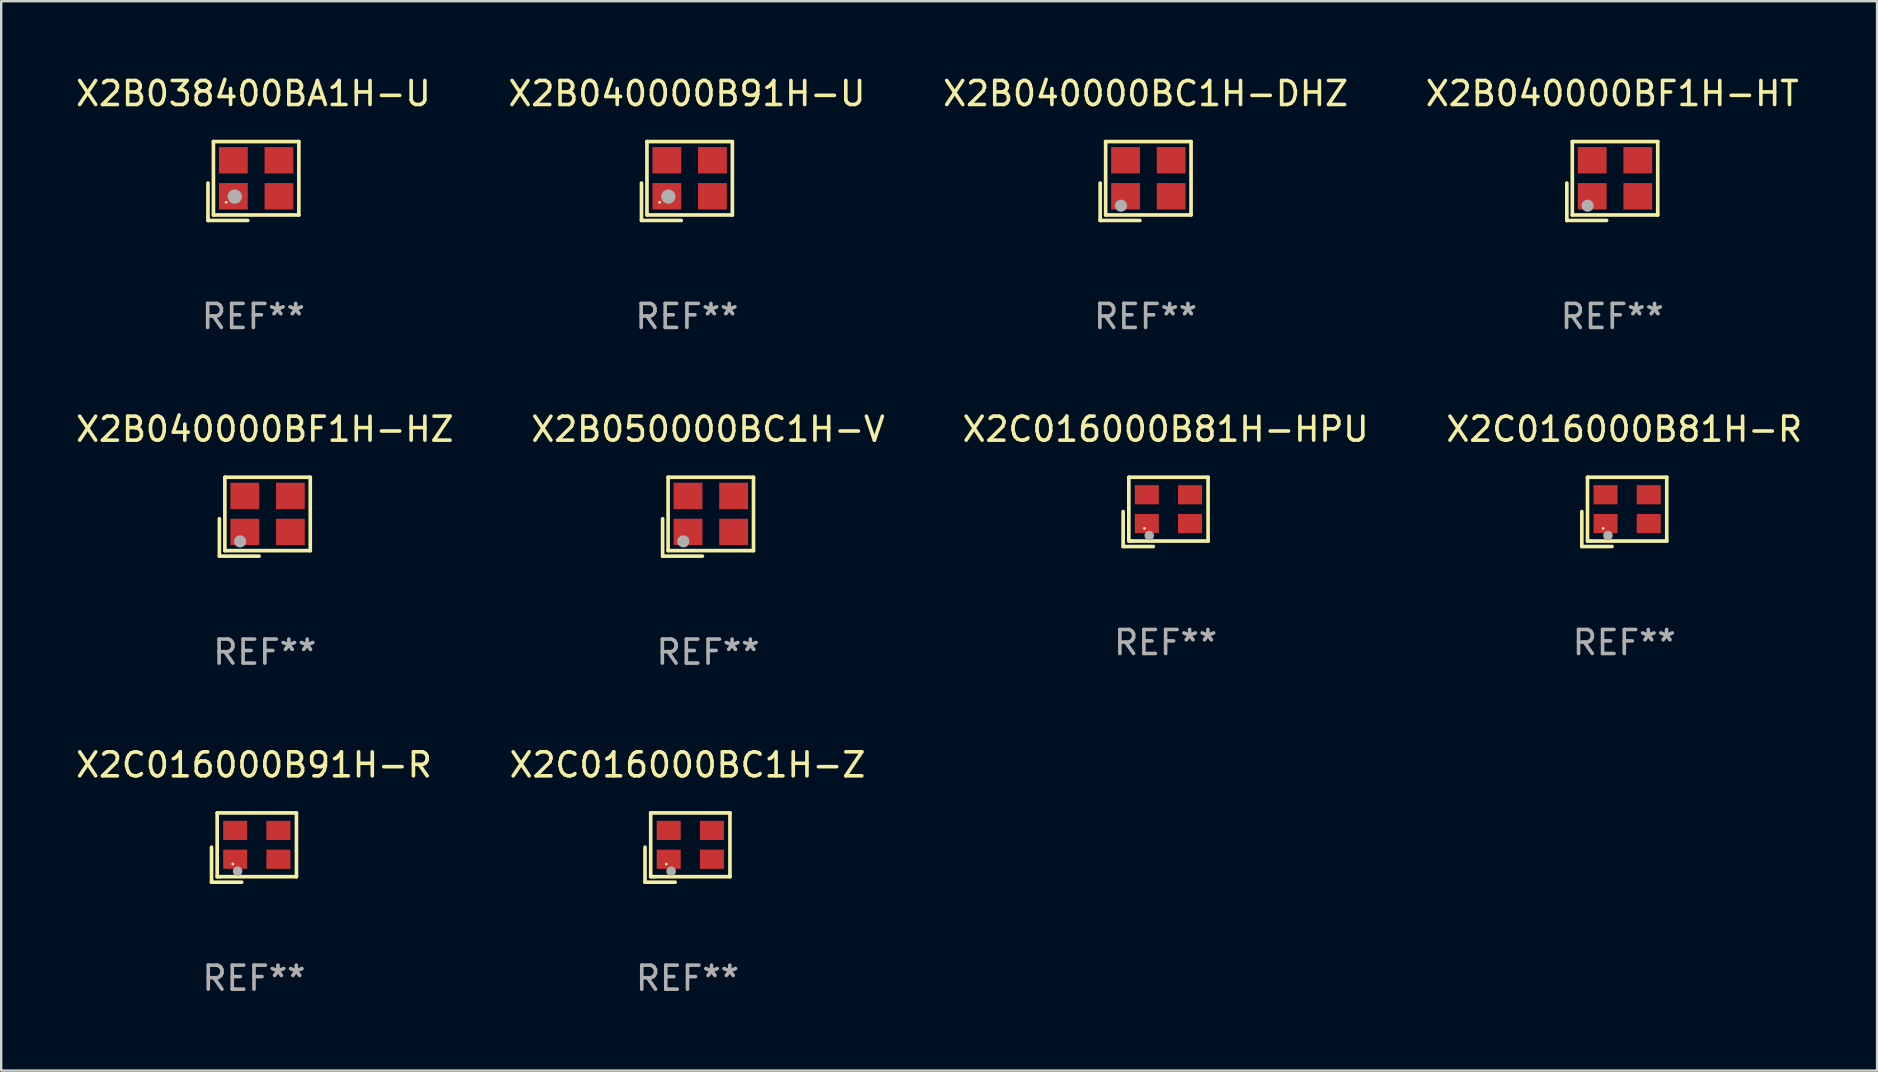
<source format=kicad_pcb>
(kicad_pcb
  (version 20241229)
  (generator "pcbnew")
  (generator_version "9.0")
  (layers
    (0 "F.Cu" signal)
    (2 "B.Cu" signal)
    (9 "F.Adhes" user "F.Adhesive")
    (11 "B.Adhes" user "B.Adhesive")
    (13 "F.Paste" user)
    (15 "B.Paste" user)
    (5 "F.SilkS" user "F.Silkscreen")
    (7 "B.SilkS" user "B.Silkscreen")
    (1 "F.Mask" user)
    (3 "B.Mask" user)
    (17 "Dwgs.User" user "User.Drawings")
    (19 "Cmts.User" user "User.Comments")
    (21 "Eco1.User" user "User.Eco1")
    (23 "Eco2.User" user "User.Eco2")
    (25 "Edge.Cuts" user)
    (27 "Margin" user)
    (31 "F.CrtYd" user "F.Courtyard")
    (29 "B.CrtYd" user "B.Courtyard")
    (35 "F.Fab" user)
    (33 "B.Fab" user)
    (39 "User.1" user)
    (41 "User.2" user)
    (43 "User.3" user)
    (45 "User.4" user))
  (footprint "X2B040000BF1H-HZ"
    (layer "F.Cu")
    (at 7.982 18.474)
    (property "Reference" "X2B040000BF1H-HZ" (at 0 -3.643 0) (layer "F.SilkS") (effects (font (size 1 1) (thickness 0.15))))
    (attr through_hole)
    (fp_line (start -1.893 0.086) (end -1.893 1.643) (stroke (width 0.152) (type solid)) (layer "F.SilkS"))
    (fp_line (start -1.893 1.643) (end -0.237 1.643) (stroke (width 0.152) (type solid)) (layer "F.SilkS"))
    (fp_line (start -1.665 -1.643) (end 1.893 -1.643) (stroke (width 0.152) (type solid)) (layer "F.SilkS"))
    (fp_line (start -1.665 1.414) (end -1.665 -1.643) (stroke (width 0.152) (type solid)) (layer "F.SilkS"))
    (fp_line (start 1.893 -1.643) (end 1.893 1.414) (stroke (width 0.152) (type solid)) (layer "F.SilkS"))
    (fp_line (start 1.893 1.414) (end -1.665 1.414) (stroke (width 0.152) (type solid)) (layer "F.SilkS"))
    (fp_circle (center -1.136 0.885) (end -1.106 0.885) (stroke (width 0.06) (type solid)) (fill no) (layer "F.SilkS"))
    (fp_circle (center -1.029 1.028) (end -0.902 1.028) (stroke (width 0.254) (type solid)) (fill no) (layer "F.Fab"))
    (fp_text user "REF**" (at 0 5.643 0) (layer "F.Fab") (effects (font (size 1 1) (thickness 0.15))))
    (pad "1" smd rect (at -0.836 0.636) (size 1.2 1.1) (layers "F.Cu" "F.Mask" "F.Paste"))
    (pad "2" smd rect (at 1.064 0.636) (size 1.2 1.1) (layers "F.Cu" "F.Mask" "F.Paste"))
    (pad "3" smd rect (at 1.064 -0.865) (size 1.2 1.1) (layers "F.Cu" "F.Mask" "F.Paste"))
    (pad "4" smd rect (at -0.836 -0.865) (size 1.2 1.1) (layers "F.Cu" "F.Mask" "F.Paste")))
  (footprint "X2C016000BC1H-Z"
    (layer "F.Cu")
    (at 25.589 32.257)
    (property "Reference" "X2C016000BC1H-Z" (at 0 -3.443 0) (layer "F.SilkS") (effects (font (size 1 1) (thickness 0.15))))
    (attr through_hole)
    (fp_line (start -1.769 -0.014) (end -1.769 1.443) (stroke (width 0.152) (type solid)) (layer "F.SilkS"))
    (fp_line (start -1.769 1.443) (end -0.512 1.443) (stroke (width 0.152) (type solid)) (layer "F.SilkS"))
    (fp_line (start -1.533 -1.443) (end 1.769 -1.443) (stroke (width 0.152) (type solid)) (layer "F.SilkS"))
    (fp_line (start -1.533 1.214) (end -1.533 -1.443) (stroke (width 0.152) (type solid)) (layer "F.SilkS"))
    (fp_line (start -1.411 1.214) (end -1.533 1.214) (stroke (width 0.152) (type solid)) (layer "F.SilkS"))
    (fp_line (start 1.769 -1.443) (end 1.769 1.214) (stroke (width 0.152) (type solid)) (layer "F.SilkS"))
    (fp_line (start 1.769 1.214) (end -1.411 1.214) (stroke (width 0.152) (type solid)) (layer "F.SilkS"))
    (fp_circle (center -0.882 0.686) (end -0.852 0.686) (stroke (width 0.06) (type solid)) (fill no) (layer "F.SilkS"))
    (fp_circle (center -0.682 0.986) (end -0.582 0.986) (stroke (width 0.2) (type solid)) (fill no) (layer "F.Fab"))
    (fp_text user "REF**" (at 0 5.443 0) (layer "F.Fab") (effects (font (size 1 1) (thickness 0.15))))
    (pad "1" smd rect (at -0.782 0.486 90) (size 0.8 1) (layers "F.Cu" "F.Mask" "F.Paste"))
    (pad "2" smd rect (at 1.018 0.486 90) (size 0.8 1) (layers "F.Cu" "F.Mask" "F.Paste"))
    (pad "3" smd rect (at 1.018 -0.714 90) (size 0.8 1) (layers "F.Cu" "F.Mask" "F.Paste"))
    (pad "4" smd rect (at -0.782 -0.714 90) (size 0.8 1) (layers "F.Cu" "F.Mask" "F.Paste")))
  (footprint "X2C016000B81H-R"
    (layer "F.Cu")
    (at 64.613 18.274)
    (property "Reference" "X2C016000B81H-R" (at 0 -3.443 0) (layer "F.SilkS") (effects (font (size 1 1) (thickness 0.15))))
    (attr through_hole)
    (fp_line (start -1.769 -0.014) (end -1.769 1.443) (stroke (width 0.152) (type solid)) (layer "F.SilkS"))
    (fp_line (start -1.769 1.443) (end -0.512 1.443) (stroke (width 0.152) (type solid)) (layer "F.SilkS"))
    (fp_line (start -1.533 -1.443) (end 1.769 -1.443) (stroke (width 0.152) (type solid)) (layer "F.SilkS"))
    (fp_line (start -1.533 1.214) (end -1.533 -1.443) (stroke (width 0.152) (type solid)) (layer "F.SilkS"))
    (fp_line (start -1.411 1.214) (end -1.533 1.214) (stroke (width 0.152) (type solid)) (layer "F.SilkS"))
    (fp_line (start 1.769 -1.443) (end 1.769 1.214) (stroke (width 0.152) (type solid)) (layer "F.SilkS"))
    (fp_line (start 1.769 1.214) (end -1.411 1.214) (stroke (width 0.152) (type solid)) (layer "F.SilkS"))
    (fp_circle (center -0.882 0.686) (end -0.852 0.686) (stroke (width 0.06) (type solid)) (fill no) (layer "F.SilkS"))
    (fp_circle (center -0.682 0.986) (end -0.582 0.986) (stroke (width 0.2) (type solid)) (fill no) (layer "F.Fab"))
    (fp_text user "REF**" (at 0 5.443 0) (layer "F.Fab") (effects (font (size 1 1) (thickness 0.15))))
    (pad "1" smd rect (at -0.782 0.486 90) (size 0.8 1) (layers "F.Cu" "F.Mask" "F.Paste"))
    (pad "2" smd rect (at 1.018 0.486 90) (size 0.8 1) (layers "F.Cu" "F.Mask" "F.Paste"))
    (pad "3" smd rect (at 1.018 -0.714 90) (size 0.8 1) (layers "F.Cu" "F.Mask" "F.Paste"))
    (pad "4" smd rect (at -0.782 -0.714 90) (size 0.8 1) (layers "F.Cu" "F.Mask" "F.Paste")))
  (footprint "X2C016000B91H-R"
    (layer "F.Cu")
    (at 7.53 32.257)
    (property "Reference" "X2C016000B91H-R" (at 0 -3.443 0) (layer "F.SilkS") (effects (font (size 1 1) (thickness 0.15))))
    (attr through_hole)
    (fp_line (start -1.769 -0.014) (end -1.769 1.443) (stroke (width 0.152) (type solid)) (layer "F.SilkS"))
    (fp_line (start -1.769 1.443) (end -0.512 1.443) (stroke (width 0.152) (type solid)) (layer "F.SilkS"))
    (fp_line (start -1.533 -1.443) (end 1.769 -1.443) (stroke (width 0.152) (type solid)) (layer "F.SilkS"))
    (fp_line (start -1.533 1.214) (end -1.533 -1.443) (stroke (width 0.152) (type solid)) (layer "F.SilkS"))
    (fp_line (start -1.411 1.214) (end -1.533 1.214) (stroke (width 0.152) (type solid)) (layer "F.SilkS"))
    (fp_line (start 1.769 -1.443) (end 1.769 1.214) (stroke (width 0.152) (type solid)) (layer "F.SilkS"))
    (fp_line (start 1.769 1.214) (end -1.411 1.214) (stroke (width 0.152) (type solid)) (layer "F.SilkS"))
    (fp_circle (center -0.882 0.686) (end -0.852 0.686) (stroke (width 0.06) (type solid)) (fill no) (layer "F.SilkS"))
    (fp_circle (center -0.682 0.986) (end -0.582 0.986) (stroke (width 0.2) (type solid)) (fill no) (layer "F.Fab"))
    (fp_text user "REF**" (at 0 5.443 0) (layer "F.Fab") (effects (font (size 1 1) (thickness 0.15))))
    (pad "1" smd rect (at -0.782 0.486 90) (size 0.8 1) (layers "F.Cu" "F.Mask" "F.Paste"))
    (pad "2" smd rect (at 1.018 0.486 90) (size 0.8 1) (layers "F.Cu" "F.Mask" "F.Paste"))
    (pad "3" smd rect (at 1.018 -0.714 90) (size 0.8 1) (layers "F.Cu" "F.Mask" "F.Paste"))
    (pad "4" smd rect (at -0.782 -0.714 90) (size 0.8 1) (layers "F.Cu" "F.Mask" "F.Paste")))
  (footprint "X2B040000BF1H-HT"
    (layer "F.Cu")
    (at 64.113 4.491)
    (property "Reference" "X2B040000BF1H-HT" (at 0 -3.643 0) (layer "F.SilkS") (effects (font (size 1 1) (thickness 0.15))))
    (attr through_hole)
    (fp_line (start -1.893 0.086) (end -1.893 1.643) (stroke (width 0.152) (type solid)) (layer "F.SilkS"))
    (fp_line (start -1.893 1.643) (end -0.237 1.643) (stroke (width 0.152) (type solid)) (layer "F.SilkS"))
    (fp_line (start -1.665 -1.643) (end 1.893 -1.643) (stroke (width 0.152) (type solid)) (layer "F.SilkS"))
    (fp_line (start -1.665 1.414) (end -1.665 -1.643) (stroke (width 0.152) (type solid)) (layer "F.SilkS"))
    (fp_line (start 1.893 -1.643) (end 1.893 1.414) (stroke (width 0.152) (type solid)) (layer "F.SilkS"))
    (fp_line (start 1.893 1.414) (end -1.665 1.414) (stroke (width 0.152) (type solid)) (layer "F.SilkS"))
    (fp_circle (center -1.136 0.885) (end -1.106 0.885) (stroke (width 0.06) (type solid)) (fill no) (layer "F.SilkS"))
    (fp_circle (center -1.029 1.028) (end -0.902 1.028) (stroke (width 0.254) (type solid)) (fill no) (layer "F.Fab"))
    (fp_text user "REF**" (at 0 5.643 0) (layer "F.Fab") (effects (font (size 1 1) (thickness 0.15))))
    (pad "1" smd rect (at -0.836 0.636) (size 1.2 1.1) (layers "F.Cu" "F.Mask" "F.Paste"))
    (pad "2" smd rect (at 1.064 0.636) (size 1.2 1.1) (layers "F.Cu" "F.Mask" "F.Paste"))
    (pad "3" smd rect (at 1.064 -0.865) (size 1.2 1.1) (layers "F.Cu" "F.Mask" "F.Paste"))
    (pad "4" smd rect (at -0.836 -0.865) (size 1.2 1.1) (layers "F.Cu" "F.Mask" "F.Paste")))
  (footprint "X2C016000B81H-HPU"
    (layer "F.Cu")
    (at 45.506 18.274)
    (property "Reference" "X2C016000B81H-HPU" (at 0 -3.443 0) (layer "F.SilkS") (effects (font (size 1 1) (thickness 0.15))))
    (attr through_hole)
    (fp_line (start -1.769 -0.014) (end -1.769 1.443) (stroke (width 0.152) (type solid)) (layer "F.SilkS"))
    (fp_line (start -1.769 1.443) (end -0.512 1.443) (stroke (width 0.152) (type solid)) (layer "F.SilkS"))
    (fp_line (start -1.533 -1.443) (end 1.769 -1.443) (stroke (width 0.152) (type solid)) (layer "F.SilkS"))
    (fp_line (start -1.533 1.214) (end -1.533 -1.443) (stroke (width 0.152) (type solid)) (layer "F.SilkS"))
    (fp_line (start -1.411 1.214) (end -1.533 1.214) (stroke (width 0.152) (type solid)) (layer "F.SilkS"))
    (fp_line (start 1.769 -1.443) (end 1.769 1.214) (stroke (width 0.152) (type solid)) (layer "F.SilkS"))
    (fp_line (start 1.769 1.214) (end -1.411 1.214) (stroke (width 0.152) (type solid)) (layer "F.SilkS"))
    (fp_circle (center -0.882 0.686) (end -0.852 0.686) (stroke (width 0.06) (type solid)) (fill no) (layer "F.SilkS"))
    (fp_circle (center -0.682 0.986) (end -0.582 0.986) (stroke (width 0.2) (type solid)) (fill no) (layer "F.Fab"))
    (fp_text user "REF**" (at 0 5.443 0) (layer "F.Fab") (effects (font (size 1 1) (thickness 0.15))))
    (pad "1" smd rect (at -0.782 0.486 90) (size 0.8 1) (layers "F.Cu" "F.Mask" "F.Paste"))
    (pad "2" smd rect (at 1.018 0.486 90) (size 0.8 1) (layers "F.Cu" "F.Mask" "F.Paste"))
    (pad "3" smd rect (at 1.018 -0.714 90) (size 0.8 1) (layers "F.Cu" "F.Mask" "F.Paste"))
    (pad "4" smd rect (at -0.782 -0.714 90) (size 0.8 1) (layers "F.Cu" "F.Mask" "F.Paste")))
  (footprint "X2B040000BC1H-DHZ"
    (layer "F.Cu")
    (at 44.673 4.491)
    (property "Reference" "X2B040000BC1H-DHZ" (at 0 -3.643 0) (layer "F.SilkS") (effects (font (size 1 1) (thickness 0.15))))
    (attr through_hole)
    (fp_line (start -1.893 0.086) (end -1.893 1.643) (stroke (width 0.152) (type solid)) (layer "F.SilkS"))
    (fp_line (start -1.893 1.643) (end -0.237 1.643) (stroke (width 0.152) (type solid)) (layer "F.SilkS"))
    (fp_line (start -1.665 -1.643) (end 1.893 -1.643) (stroke (width 0.152) (type solid)) (layer "F.SilkS"))
    (fp_line (start -1.665 1.414) (end -1.665 -1.643) (stroke (width 0.152) (type solid)) (layer "F.SilkS"))
    (fp_line (start 1.893 -1.643) (end 1.893 1.414) (stroke (width 0.152) (type solid)) (layer "F.SilkS"))
    (fp_line (start 1.893 1.414) (end -1.665 1.414) (stroke (width 0.152) (type solid)) (layer "F.SilkS"))
    (fp_circle (center -1.136 0.885) (end -1.106 0.885) (stroke (width 0.06) (type solid)) (fill no) (layer "F.SilkS"))
    (fp_circle (center -1.029 1.028) (end -0.902 1.028) (stroke (width 0.254) (type solid)) (fill no) (layer "F.Fab"))
    (fp_text user "REF**" (at 0 5.643 0) (layer "F.Fab") (effects (font (size 1 1) (thickness 0.15))))
    (pad "1" smd rect (at -0.836 0.636) (size 1.2 1.1) (layers "F.Cu" "F.Mask" "F.Paste"))
    (pad "2" smd rect (at 1.064 0.636) (size 1.2 1.1) (layers "F.Cu" "F.Mask" "F.Paste"))
    (pad "3" smd rect (at 1.064 -0.865) (size 1.2 1.1) (layers "F.Cu" "F.Mask" "F.Paste"))
    (pad "4" smd rect (at -0.836 -0.865) (size 1.2 1.1) (layers "F.Cu" "F.Mask" "F.Paste")))
  (footprint "X2B038400BA1H-U"
    (layer "F.Cu")
    (at 7.506 4.491)
    (property "Reference" "X2B038400BA1H-U" (at 0 -3.643 0) (layer "F.SilkS") (effects (font (size 1 1) (thickness 0.15))))
    (attr through_hole)
    (fp_line (start -1.893 0.086) (end -1.893 1.643) (stroke (width 0.152) (type solid)) (layer "F.SilkS"))
    (fp_line (start -1.893 1.643) (end -0.237 1.643) (stroke (width 0.152) (type solid)) (layer "F.SilkS"))
    (fp_line (start -1.665 -1.643) (end 1.893 -1.643) (stroke (width 0.152) (type solid)) (layer "F.SilkS"))
    (fp_line (start -1.665 1.414) (end -1.665 -1.643) (stroke (width 0.152) (type solid)) (layer "F.SilkS"))
    (fp_line (start 1.893 -1.643) (end 1.893 1.414) (stroke (width 0.152) (type solid)) (layer "F.SilkS"))
    (fp_line (start 1.893 1.414) (end -1.665 1.414) (stroke (width 0.152) (type solid)) (layer "F.SilkS"))
    (fp_circle (center -1.136 0.885) (end -1.106 0.885) (stroke (width 0.06) (type solid)) (fill no) (layer "F.SilkS"))
    (fp_circle (center -0.775 0.648) (end -0.625 0.648) (stroke (width 0.3) (type solid)) (fill no) (layer "F.Fab"))
    (fp_text user "REF**" (at 0 5.643 0) (layer "F.Fab") (effects (font (size 1 1) (thickness 0.15))))
    (pad "1" smd rect (at -0.836 0.635) (size 1.2 1.1) (layers "F.Cu" "F.Mask" "F.Paste"))
    (pad "2" smd rect (at 1.064 0.635) (size 1.2 1.1) (layers "F.Cu" "F.Mask" "F.Paste"))
    (pad "3" smd rect (at 1.064 -0.864) (size 1.2 1.1) (layers "F.Cu" "F.Mask" "F.Paste"))
    (pad "4" smd rect (at -0.836 -0.864) (size 1.2 1.1) (layers "F.Cu" "F.Mask" "F.Paste")))
  (footprint "X2B040000B91H-U"
    (layer "F.Cu")
    (at 25.565 4.491)
    (property "Reference" "X2B040000B91H-U" (at 0 -3.643 0) (layer "F.SilkS") (effects (font (size 1 1) (thickness 0.15))))
    (attr through_hole)
    (fp_line (start -1.893 0.086) (end -1.893 1.643) (stroke (width 0.152) (type solid)) (layer "F.SilkS"))
    (fp_line (start -1.893 1.643) (end -0.237 1.643) (stroke (width 0.152) (type solid)) (layer "F.SilkS"))
    (fp_line (start -1.665 -1.643) (end 1.893 -1.643) (stroke (width 0.152) (type solid)) (layer "F.SilkS"))
    (fp_line (start -1.665 1.414) (end -1.665 -1.643) (stroke (width 0.152) (type solid)) (layer "F.SilkS"))
    (fp_line (start 1.893 -1.643) (end 1.893 1.414) (stroke (width 0.152) (type solid)) (layer "F.SilkS"))
    (fp_line (start 1.893 1.414) (end -1.665 1.414) (stroke (width 0.152) (type solid)) (layer "F.SilkS"))
    (fp_circle (center -1.136 0.885) (end -1.106 0.885) (stroke (width 0.06) (type solid)) (fill no) (layer "F.SilkS"))
    (fp_circle (center -0.775 0.648) (end -0.625 0.648) (stroke (width 0.3) (type solid)) (fill no) (layer "F.Fab"))
    (fp_text user "REF**" (at 0 5.643 0) (layer "F.Fab") (effects (font (size 1 1) (thickness 0.15))))
    (pad "1" smd rect (at -0.836 0.635) (size 1.2 1.1) (layers "F.Cu" "F.Mask" "F.Paste"))
    (pad "2" smd rect (at 1.064 0.635) (size 1.2 1.1) (layers "F.Cu" "F.Mask" "F.Paste"))
    (pad "3" smd rect (at 1.064 -0.864) (size 1.2 1.1) (layers "F.Cu" "F.Mask" "F.Paste"))
    (pad "4" smd rect (at -0.836 -0.864) (size 1.2 1.1) (layers "F.Cu" "F.Mask" "F.Paste")))
  (footprint "X2B050000BC1H-V"
    (layer "F.Cu")
    (at 26.446 18.474)
    (property "Reference" "X2B050000BC1H-V" (at 0 -3.643 0) (layer "F.SilkS") (effects (font (size 1 1) (thickness 0.15))))
    (attr through_hole)
    (fp_line (start -1.893 0.086) (end -1.893 1.643) (stroke (width 0.152) (type solid)) (layer "F.SilkS"))
    (fp_line (start -1.893 1.643) (end -0.237 1.643) (stroke (width 0.152) (type solid)) (layer "F.SilkS"))
    (fp_line (start -1.665 -1.643) (end 1.893 -1.643) (stroke (width 0.152) (type solid)) (layer "F.SilkS"))
    (fp_line (start -1.665 1.414) (end -1.665 -1.643) (stroke (width 0.152) (type solid)) (layer "F.SilkS"))
    (fp_line (start 1.893 -1.643) (end 1.893 1.414) (stroke (width 0.152) (type solid)) (layer "F.SilkS"))
    (fp_line (start 1.893 1.414) (end -1.665 1.414) (stroke (width 0.152) (type solid)) (layer "F.SilkS"))
    (fp_circle (center -1.136 0.885) (end -1.106 0.885) (stroke (width 0.06) (type solid)) (fill no) (layer "F.SilkS"))
    (fp_circle (center -1.029 1.028) (end -0.902 1.028) (stroke (width 0.254) (type solid)) (fill no) (layer "F.Fab"))
    (fp_text user "REF**" (at 0 5.643 0) (layer "F.Fab") (effects (font (size 1 1) (thickness 0.15))))
    (pad "1" smd rect (at -0.836 0.636) (size 1.2 1.1) (layers "F.Cu" "F.Mask" "F.Paste"))
    (pad "2" smd rect (at 1.064 0.636) (size 1.2 1.1) (layers "F.Cu" "F.Mask" "F.Paste"))
    (pad "3" smd rect (at 1.064 -0.865) (size 1.2 1.1) (layers "F.Cu" "F.Mask" "F.Paste"))
    (pad "4" smd rect (at -0.836 -0.865) (size 1.2 1.1) (layers "F.Cu" "F.Mask" "F.Paste")))
  (gr_rect
    (start -3 -3)
    (end 75.143 41.548)
    (stroke (width 0.1) (type default))
    (fill no)
    (layer "Edge.Cuts")))
</source>
